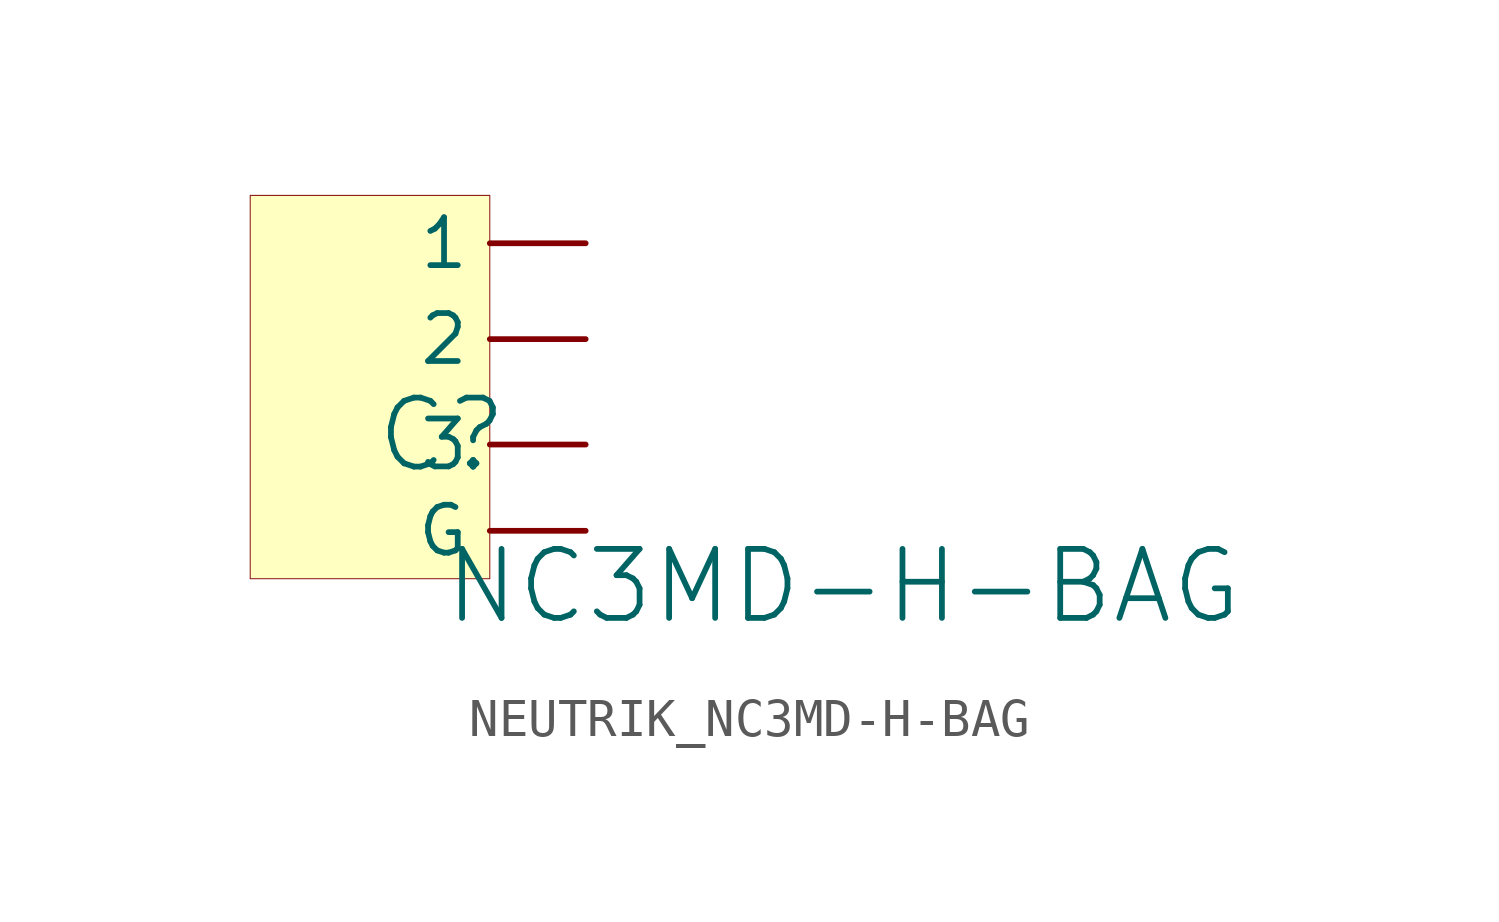
<source format=kicad_sym>
(kicad_symbol_lib
  (version 20241209)
  (generator "kicad_symbol_editor")
  (generator_version "9.0")
  (symbol "NEUTRIK_NC3MD-H-BAG"
    (pin_numbers
      (hide yes))
    (property "Reference" "C"
      (at -1.27 1.27 0)
      (effects (font (size 1.829 1.829))))
    (property "Value" "NC3MD-H-BAG"
      (at -1.27 -3.81 0)
      (effects (font (size 1.829 1.829)) (justify left bottom)))
    (symbol "NEUTRIK_NC3MD-H-BAG_1_0"
      (rectangle (start 0 7.62) (end -6.35 -2.54) (stroke (width 0.025) (type solid) (color 128 0 0 1)) (fill (type background)))
      (pin passive line (at 2.54 6.35 180) (length 2.54) (name "1" (effects (font (size 1.27 1.27)))) (number "1" (effects (font (size 1.27 1.27)))))
      (pin passive line (at 2.54 3.81 180) (length 2.54) (name "2" (effects (font (size 1.27 1.27)))) (number "2" (effects (font (size 1.27 1.27)))))
      (pin passive line (at 2.54 1.016 180) (length 2.54) (name "3" (effects (font (size 1.27 1.27)))) (number "3" (effects (font (size 1.27 1.27)))))
      (pin passive line (at 2.54 -1.27 180) (length 2.54) (name "G" (effects (font (size 1.27 1.27)))) (number "G" (effects (font (size 1.27 1.27))))))))
</source>
